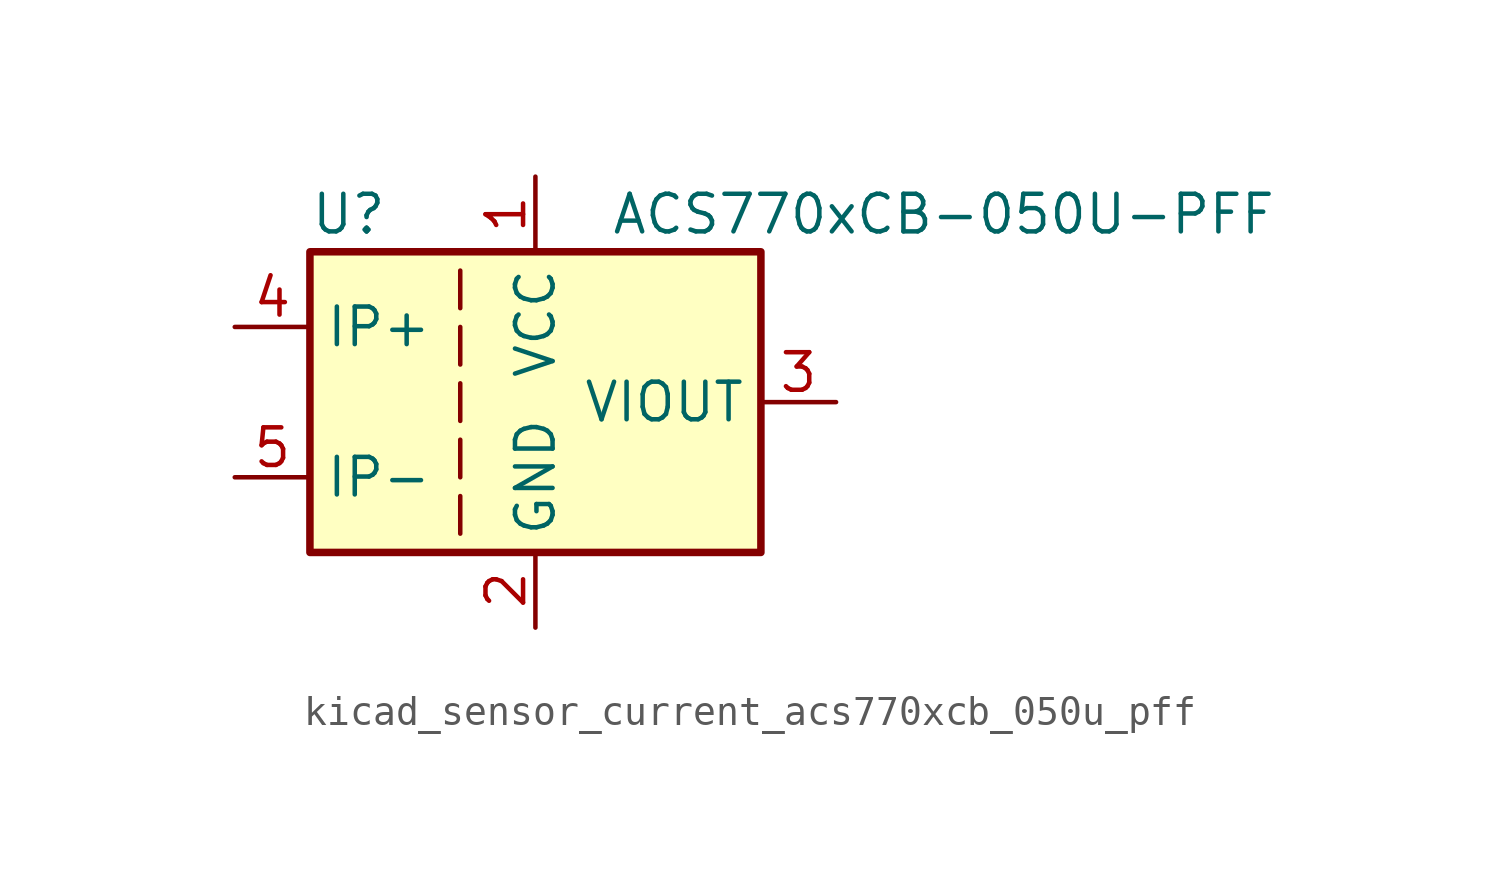
<source format=kicad_sym>
(kicad_symbol_lib
  (version 20220914)
  (generator kicad_symbol_editor)
  (symbol "kicad_sensor_current_acs770xcb_050u_pff"
    (property "Reference" "U"
      (at -7.62 6.35 0)
      (effects (font (size 1.27 1.27)) (justify left)))
    (property "Value" "ACS770xCB-050U-PFF"
      (at 2.54 6.35 0)
      (effects (font (size 1.27 1.27)) (justify left)))
    (symbol "kicad_sensor_current_acs770xcb_050u_pff_0_1"
      (rectangle (start -7.62 5.08) (end 7.62 -5.08) (stroke (width 0.254) (type default)) (fill (type background)))
      (polyline (pts (xy -2.54 -3.175) (xy -2.54 -4.445)) (stroke (width 0) (type default)) (fill (type none)))
      (polyline (pts (xy -2.54 -1.27) (xy -2.54 -2.54)) (stroke (width 0) (type default)) (fill (type none)))
      (polyline (pts (xy -2.54 0.635) (xy -2.54 -0.635)) (stroke (width 0) (type default)) (fill (type none)))
      (polyline (pts (xy -2.54 1.27) (xy -2.54 2.54)) (stroke (width 0) (type default)) (fill (type none)))
      (polyline (pts (xy -2.54 3.175) (xy -2.54 4.445)) (stroke (width 0) (type default)) (fill (type none))))
    (symbol "kicad_sensor_current_acs770xcb_050u_pff_1_1"
      (pin power_in line (at 0 7.62 270) (length 2.54) (name "VCC" (effects (font (size 1.27 1.27)))) (number "1" (effects (font (size 1.27 1.27)))))
      (pin power_in line (at 0 -7.62 90) (length 2.54) (name "GND" (effects (font (size 1.27 1.27)))) (number "2" (effects (font (size 1.27 1.27)))))
      (pin output line (at 10.16 0 180) (length 2.54) (name "VIOUT" (effects (font (size 1.27 1.27)))) (number "3" (effects (font (size 1.27 1.27)))))
      (pin passive line (at -10.16 2.54 0) (length 2.54) (name "IP+" (effects (font (size 1.27 1.27)))) (number "4" (effects (font (size 1.27 1.27)))))
      (pin passive line (at -10.16 -2.54 0) (length 2.54) (name "IP-" (effects (font (size 1.27 1.27)))) (number "5" (effects (font (size 1.27 1.27))))))))
</source>
